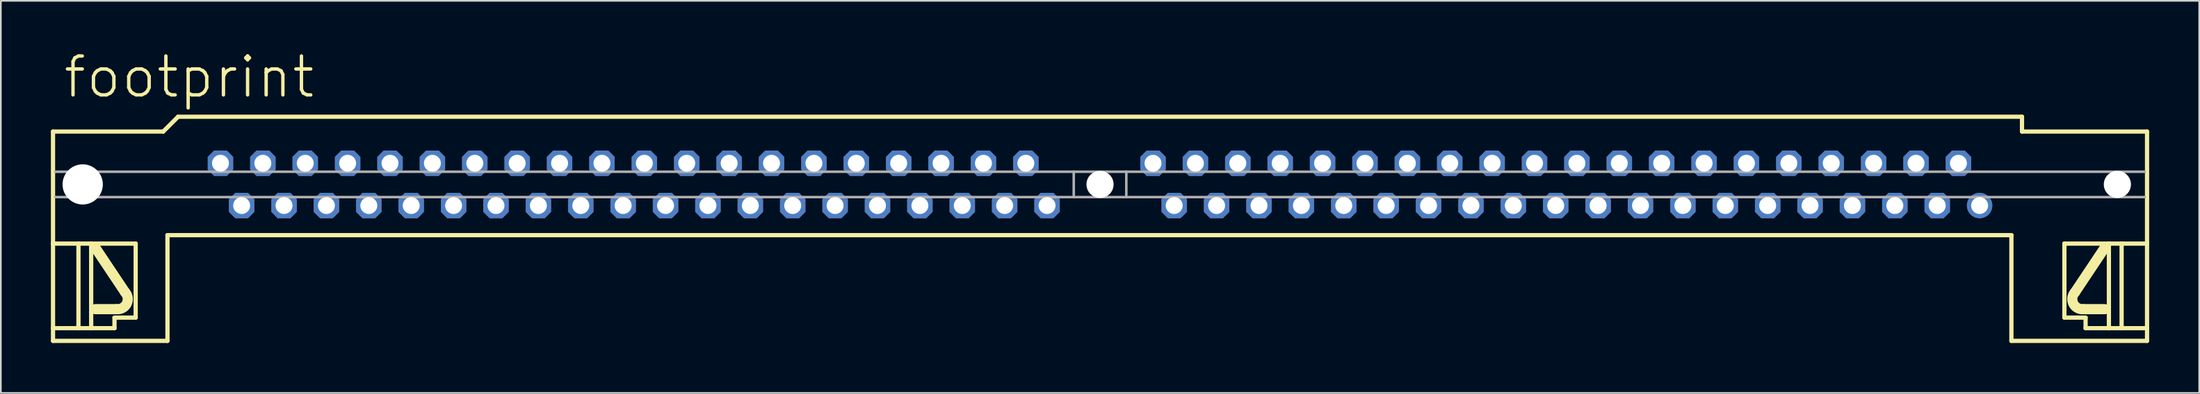
<source format=kicad_pcb>
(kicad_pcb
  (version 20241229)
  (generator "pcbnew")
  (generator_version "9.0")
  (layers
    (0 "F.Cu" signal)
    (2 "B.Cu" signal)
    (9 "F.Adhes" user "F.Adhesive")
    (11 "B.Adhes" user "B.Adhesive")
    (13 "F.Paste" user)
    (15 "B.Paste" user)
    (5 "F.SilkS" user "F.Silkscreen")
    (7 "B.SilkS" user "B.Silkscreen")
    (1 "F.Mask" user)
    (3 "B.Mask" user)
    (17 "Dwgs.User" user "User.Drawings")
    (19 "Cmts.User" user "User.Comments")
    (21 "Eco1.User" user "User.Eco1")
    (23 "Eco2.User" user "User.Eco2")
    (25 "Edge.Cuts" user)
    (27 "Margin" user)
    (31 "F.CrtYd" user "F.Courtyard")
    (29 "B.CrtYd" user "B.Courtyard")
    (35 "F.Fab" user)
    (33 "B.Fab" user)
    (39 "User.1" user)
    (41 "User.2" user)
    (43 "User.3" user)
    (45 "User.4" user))
  (footprint "footprint"
    (layer "F.Cu")
    (at 62.865 8.026)
    (property "Reference" "footprint" (at -62.23 -5.08 0) (layer "F.SilkS") (effects (font (size 2.337 2.337) (thickness 0.203)) (justify left bottom)))
    (fp_line (start -62.738 -3.175) (end -56.134 -3.175) (stroke (width 0.254) (type solid)) (layer "F.SilkS"))
    (fp_line (start -62.738 3.556) (end -62.738 -3.175) (stroke (width 0.254) (type solid)) (layer "F.SilkS"))
    (fp_line (start -62.738 3.556) (end -61.214 3.556) (stroke (width 0.254) (type solid)) (layer "F.SilkS"))
    (fp_line (start -62.738 8.636) (end -62.738 3.556) (stroke (width 0.254) (type solid)) (layer "F.SilkS"))
    (fp_line (start -62.738 8.636) (end -61.214 8.636) (stroke (width 0.254) (type solid)) (layer "F.SilkS"))
    (fp_line (start -62.738 9.398) (end -62.738 8.636) (stroke (width 0.254) (type solid)) (layer "F.SilkS"))
    (fp_line (start -62.738 9.398) (end -55.88 9.398) (stroke (width 0.254) (type solid)) (layer "F.SilkS"))
    (fp_line (start -61.214 3.556) (end -60.452 3.556) (stroke (width 0.254) (type solid)) (layer "F.SilkS"))
    (fp_line (start -61.214 8.636) (end -61.214 3.556) (stroke (width 0.254) (type solid)) (layer "F.SilkS"))
    (fp_line (start -61.214 8.636) (end -60.452 8.636) (stroke (width 0.254) (type solid)) (layer "F.SilkS"))
    (fp_line (start -60.452 3.556) (end -57.785 3.556) (stroke (width 0.254) (type solid)) (layer "F.SilkS"))
    (fp_line (start -60.452 8.636) (end -60.452 3.556) (stroke (width 0.254) (type solid)) (layer "F.SilkS"))
    (fp_line (start -60.452 8.636) (end -59.055 8.636) (stroke (width 0.254) (type solid)) (layer "F.SilkS"))
    (fp_line (start -59.055 8.001) (end -59.055 8.636) (stroke (width 0.254) (type solid)) (layer "F.SilkS"))
    (fp_line (start -58.928 7.493) (end -60.198 7.493) (stroke (width 0.61) (type solid)) (layer "F.SilkS"))
    (fp_line (start -58.42 6.477) (end -60.198 3.81) (stroke (width 0.61) (type solid)) (layer "F.SilkS"))
    (fp_line (start -57.785 3.556) (end -57.785 8.001) (stroke (width 0.254) (type solid)) (layer "F.SilkS"))
    (fp_line (start -57.785 8.001) (end -59.055 8.001) (stroke (width 0.254) (type solid)) (layer "F.SilkS"))
    (fp_line (start -56.134 -3.175) (end -55.245 -4.064) (stroke (width 0.254) (type solid)) (layer "F.SilkS"))
    (fp_line (start -55.88 3.048) (end -55.88 9.398) (stroke (width 0.254) (type solid)) (layer "F.SilkS"))
    (fp_line (start -55.88 3.048) (end 54.61 3.048) (stroke (width 0.254) (type solid)) (layer "F.SilkS"))
    (fp_line (start 54.61 3.048) (end 54.61 9.398) (stroke (width 0.254) (type solid)) (layer "F.SilkS"))
    (fp_line (start 55.245 -4.064) (end -55.245 -4.064) (stroke (width 0.254) (type solid)) (layer "F.SilkS"))
    (fp_line (start 55.245 -3.175) (end 55.245 -4.064) (stroke (width 0.254) (type solid)) (layer "F.SilkS"))
    (fp_line (start 57.785 3.556) (end 57.785 8.001) (stroke (width 0.254) (type solid)) (layer "F.SilkS"))
    (fp_line (start 57.785 8.001) (end 59.055 8.001) (stroke (width 0.254) (type solid)) (layer "F.SilkS"))
    (fp_line (start 58.42 6.477) (end 60.198 3.81) (stroke (width 0.61) (type solid)) (layer "F.SilkS"))
    (fp_line (start 58.928 7.493) (end 60.198 7.493) (stroke (width 0.61) (type solid)) (layer "F.SilkS"))
    (fp_line (start 59.055 8.001) (end 59.055 8.636) (stroke (width 0.254) (type solid)) (layer "F.SilkS"))
    (fp_line (start 60.452 3.556) (end 57.785 3.556) (stroke (width 0.254) (type solid)) (layer "F.SilkS"))
    (fp_line (start 60.452 8.636) (end 59.055 8.636) (stroke (width 0.254) (type solid)) (layer "F.SilkS"))
    (fp_line (start 60.452 8.636) (end 60.452 3.556) (stroke (width 0.254) (type solid)) (layer "F.SilkS"))
    (fp_line (start 61.214 3.556) (end 60.452 3.556) (stroke (width 0.254) (type solid)) (layer "F.SilkS"))
    (fp_line (start 61.214 8.636) (end 60.452 8.636) (stroke (width 0.254) (type solid)) (layer "F.SilkS"))
    (fp_line (start 61.214 8.636) (end 61.214 3.556) (stroke (width 0.254) (type solid)) (layer "F.SilkS"))
    (fp_line (start 62.738 -3.175) (end 55.245 -3.175) (stroke (width 0.254) (type solid)) (layer "F.SilkS"))
    (fp_line (start 62.738 3.556) (end 61.214 3.556) (stroke (width 0.254) (type solid)) (layer "F.SilkS"))
    (fp_line (start 62.738 3.556) (end 62.738 -3.175) (stroke (width 0.254) (type solid)) (layer "F.SilkS"))
    (fp_line (start 62.738 8.636) (end 61.214 8.636) (stroke (width 0.254) (type solid)) (layer "F.SilkS"))
    (fp_line (start 62.738 8.636) (end 62.738 3.556) (stroke (width 0.254) (type solid)) (layer "F.SilkS"))
    (fp_line (start 62.738 9.398) (end 54.61 9.398) (stroke (width 0.254) (type solid)) (layer "F.SilkS"))
    (fp_line (start 62.738 9.398) (end 62.738 8.636) (stroke (width 0.254) (type solid)) (layer "F.SilkS"))
    (fp_arc (start -58.4199 6.476899) (mid -58.321891 7.160996) (end -58.928 7.493) (stroke (width 0.6096) (type solid)) (layer "F.SilkS"))
    (fp_arc (start 58.928 7.492899) (mid 58.322003 7.160965) (end 58.42 6.477) (stroke (width 0.6096) (type solid)) (layer "F.SilkS"))
    (fp_line (start -62.611 -0.762) (end -1.575 -0.762) (stroke (width 0.152) (type solid)) (layer "F.Fab"))
    (fp_line (start -62.611 0.762) (end -1.575 0.762) (stroke (width 0.152) (type solid)) (layer "F.Fab"))
    (fp_line (start -1.575 -0.762) (end 1.575 -0.762) (stroke (width 0.152) (type solid)) (layer "F.Fab"))
    (fp_line (start -1.575 0.762) (end -1.575 -0.762) (stroke (width 0.152) (type solid)) (layer "F.Fab"))
    (fp_line (start -1.575 0.762) (end 1.575 0.762) (stroke (width 0.152) (type solid)) (layer "F.Fab"))
    (fp_line (start 1.575 0.762) (end 1.575 -0.762) (stroke (width 0.152) (type solid)) (layer "F.Fab"))
    (fp_line (start 62.611 -0.762) (end 1.575 -0.762) (stroke (width 0.152) (type solid)) (layer "F.Fab"))
    (fp_line (start 62.611 0.762) (end 1.575 0.762) (stroke (width 0.152) (type solid)) (layer "F.Fab"))
    (pad "" np_thru_hole circle (at -60.96 0) (size 2.413 2.413) (drill 2.413) (layers "*.Cu" "*.Mask"))
    (pad "" np_thru_hole circle (at 0 0) (size 1.626 1.626) (drill 1.626) (layers "*.Cu" "*.Mask"))
    (pad "" np_thru_hole circle (at 60.96 0) (size 1.626 1.626) (drill 1.626) (layers "*.Cu" "*.Mask"))
    (pad "1" thru_hole circle (at 52.705 1.27) (size 1.524 1.524) (drill 1.016) (layers "*.Cu" "*.Mask"))
    (pad "2" thru_hole roundrect (at 51.435 -1.27) (size 1.524 1.524) (drill 1.016) (layers "*.Cu" "*.Mask") (roundrect_rratio 0.25) (chamfer_ratio 0.25) (chamfer top_left top_right bottom_left bottom_right))
    (pad "3" thru_hole roundrect (at 50.165 1.27) (size 1.524 1.524) (drill 1.016) (layers "*.Cu" "*.Mask") (roundrect_rratio 0.25) (chamfer_ratio 0.25) (chamfer top_left top_right bottom_left bottom_right))
    (pad "4" thru_hole roundrect (at 48.895 -1.27) (size 1.524 1.524) (drill 1.016) (layers "*.Cu" "*.Mask") (roundrect_rratio 0.25) (chamfer_ratio 0.25) (chamfer top_left top_right bottom_left bottom_right))
    (pad "5" thru_hole roundrect (at 47.625 1.27) (size 1.524 1.524) (drill 1.016) (layers "*.Cu" "*.Mask") (roundrect_rratio 0.25) (chamfer_ratio 0.25) (chamfer top_left top_right bottom_left bottom_right))
    (pad "6" thru_hole roundrect (at 46.355 -1.27) (size 1.524 1.524) (drill 1.016) (layers "*.Cu" "*.Mask") (roundrect_rratio 0.25) (chamfer_ratio 0.25) (chamfer top_left top_right bottom_left bottom_right))
    (pad "7" thru_hole roundrect (at 45.085 1.27) (size 1.524 1.524) (drill 1.016) (layers "*.Cu" "*.Mask") (roundrect_rratio 0.25) (chamfer_ratio 0.25) (chamfer top_left top_right bottom_left bottom_right))
    (pad "8" thru_hole roundrect (at 43.815 -1.27) (size 1.524 1.524) (drill 1.016) (layers "*.Cu" "*.Mask") (roundrect_rratio 0.25) (chamfer_ratio 0.25) (chamfer top_left top_right bottom_left bottom_right))
    (pad "9" thru_hole roundrect (at 42.545 1.27) (size 1.524 1.524) (drill 1.016) (layers "*.Cu" "*.Mask") (roundrect_rratio 0.25) (chamfer_ratio 0.25) (chamfer top_left top_right bottom_left bottom_right))
    (pad "10" thru_hole roundrect (at 41.275 -1.27) (size 1.524 1.524) (drill 1.016) (layers "*.Cu" "*.Mask") (roundrect_rratio 0.25) (chamfer_ratio 0.25) (chamfer top_left top_right bottom_left bottom_right))
    (pad "11" thru_hole roundrect (at 40.005 1.27) (size 1.524 1.524) (drill 1.016) (layers "*.Cu" "*.Mask") (roundrect_rratio 0.25) (chamfer_ratio 0.25) (chamfer top_left top_right bottom_left bottom_right))
    (pad "12" thru_hole roundrect (at 38.735 -1.27) (size 1.524 1.524) (drill 1.016) (layers "*.Cu" "*.Mask") (roundrect_rratio 0.25) (chamfer_ratio 0.25) (chamfer top_left top_right bottom_left bottom_right))
    (pad "13" thru_hole roundrect (at 37.465 1.27) (size 1.524 1.524) (drill 1.016) (layers "*.Cu" "*.Mask") (roundrect_rratio 0.25) (chamfer_ratio 0.25) (chamfer top_left top_right bottom_left bottom_right))
    (pad "14" thru_hole roundrect (at 36.195 -1.27) (size 1.524 1.524) (drill 1.016) (layers "*.Cu" "*.Mask") (roundrect_rratio 0.25) (chamfer_ratio 0.25) (chamfer top_left top_right bottom_left bottom_right))
    (pad "15" thru_hole roundrect (at 34.925 1.27) (size 1.524 1.524) (drill 1.016) (layers "*.Cu" "*.Mask") (roundrect_rratio 0.25) (chamfer_ratio 0.25) (chamfer top_left top_right bottom_left bottom_right))
    (pad "16" thru_hole roundrect (at 33.655 -1.27) (size 1.524 1.524) (drill 1.016) (layers "*.Cu" "*.Mask") (roundrect_rratio 0.25) (chamfer_ratio 0.25) (chamfer top_left top_right bottom_left bottom_right))
    (pad "17" thru_hole roundrect (at 32.385 1.27) (size 1.524 1.524) (drill 1.016) (layers "*.Cu" "*.Mask") (roundrect_rratio 0.25) (chamfer_ratio 0.25) (chamfer top_left top_right bottom_left bottom_right))
    (pad "18" thru_hole roundrect (at 31.115 -1.27) (size 1.524 1.524) (drill 1.016) (layers "*.Cu" "*.Mask") (roundrect_rratio 0.25) (chamfer_ratio 0.25) (chamfer top_left top_right bottom_left bottom_right))
    (pad "19" thru_hole roundrect (at 29.845 1.27) (size 1.524 1.524) (drill 1.016) (layers "*.Cu" "*.Mask") (roundrect_rratio 0.25) (chamfer_ratio 0.25) (chamfer top_left top_right bottom_left bottom_right))
    (pad "20" thru_hole roundrect (at 28.575 -1.27) (size 1.524 1.524) (drill 1.016) (layers "*.Cu" "*.Mask") (roundrect_rratio 0.25) (chamfer_ratio 0.25) (chamfer top_left top_right bottom_left bottom_right))
    (pad "21" thru_hole roundrect (at 27.305 1.27) (size 1.524 1.524) (drill 1.016) (layers "*.Cu" "*.Mask") (roundrect_rratio 0.25) (chamfer_ratio 0.25) (chamfer top_left top_right bottom_left bottom_right))
    (pad "22" thru_hole roundrect (at 26.035 -1.27) (size 1.524 1.524) (drill 1.016) (layers "*.Cu" "*.Mask") (roundrect_rratio 0.25) (chamfer_ratio 0.25) (chamfer top_left top_right bottom_left bottom_right))
    (pad "23" thru_hole roundrect (at 24.765 1.27) (size 1.524 1.524) (drill 1.016) (layers "*.Cu" "*.Mask") (roundrect_rratio 0.25) (chamfer_ratio 0.25) (chamfer top_left top_right bottom_left bottom_right))
    (pad "24" thru_hole roundrect (at 23.495 -1.27) (size 1.524 1.524) (drill 1.016) (layers "*.Cu" "*.Mask") (roundrect_rratio 0.25) (chamfer_ratio 0.25) (chamfer top_left top_right bottom_left bottom_right))
    (pad "25" thru_hole roundrect (at 22.225 1.27) (size 1.524 1.524) (drill 1.016) (layers "*.Cu" "*.Mask") (roundrect_rratio 0.25) (chamfer_ratio 0.25) (chamfer top_left top_right bottom_left bottom_right))
    (pad "26" thru_hole roundrect (at 20.955 -1.27) (size 1.524 1.524) (drill 1.016) (layers "*.Cu" "*.Mask") (roundrect_rratio 0.25) (chamfer_ratio 0.25) (chamfer top_left top_right bottom_left bottom_right))
    (pad "27" thru_hole roundrect (at 19.685 1.27) (size 1.524 1.524) (drill 1.016) (layers "*.Cu" "*.Mask") (roundrect_rratio 0.25) (chamfer_ratio 0.25) (chamfer top_left top_right bottom_left bottom_right))
    (pad "28" thru_hole roundrect (at 18.415 -1.27) (size 1.524 1.524) (drill 1.016) (layers "*.Cu" "*.Mask") (roundrect_rratio 0.25) (chamfer_ratio 0.25) (chamfer top_left top_right bottom_left bottom_right))
    (pad "29" thru_hole roundrect (at 17.145 1.27) (size 1.524 1.524) (drill 1.016) (layers "*.Cu" "*.Mask") (roundrect_rratio 0.25) (chamfer_ratio 0.25) (chamfer top_left top_right bottom_left bottom_right))
    (pad "30" thru_hole roundrect (at 15.875 -1.27) (size 1.524 1.524) (drill 1.016) (layers "*.Cu" "*.Mask") (roundrect_rratio 0.25) (chamfer_ratio 0.25) (chamfer top_left top_right bottom_left bottom_right))
    (pad "31" thru_hole roundrect (at 14.605 1.27) (size 1.524 1.524) (drill 1.016) (layers "*.Cu" "*.Mask") (roundrect_rratio 0.25) (chamfer_ratio 0.25) (chamfer top_left top_right bottom_left bottom_right))
    (pad "32" thru_hole roundrect (at 13.335 -1.27) (size 1.524 1.524) (drill 1.016) (layers "*.Cu" "*.Mask") (roundrect_rratio 0.25) (chamfer_ratio 0.25) (chamfer top_left top_right bottom_left bottom_right))
    (pad "33" thru_hole roundrect (at 12.065 1.27) (size 1.524 1.524) (drill 1.016) (layers "*.Cu" "*.Mask") (roundrect_rratio 0.25) (chamfer_ratio 0.25) (chamfer top_left top_right bottom_left bottom_right))
    (pad "34" thru_hole roundrect (at 10.795 -1.27) (size 1.524 1.524) (drill 1.016) (layers "*.Cu" "*.Mask") (roundrect_rratio 0.25) (chamfer_ratio 0.25) (chamfer top_left top_right bottom_left bottom_right))
    (pad "35" thru_hole roundrect (at 9.525 1.27) (size 1.524 1.524) (drill 1.016) (layers "*.Cu" "*.Mask") (roundrect_rratio 0.25) (chamfer_ratio 0.25) (chamfer top_left top_right bottom_left bottom_right))
    (pad "36" thru_hole roundrect (at 8.255 -1.27) (size 1.524 1.524) (drill 1.016) (layers "*.Cu" "*.Mask") (roundrect_rratio 0.25) (chamfer_ratio 0.25) (chamfer top_left top_right bottom_left bottom_right))
    (pad "37" thru_hole roundrect (at 6.985 1.27) (size 1.524 1.524) (drill 1.016) (layers "*.Cu" "*.Mask") (roundrect_rratio 0.25) (chamfer_ratio 0.25) (chamfer top_left top_right bottom_left bottom_right))
    (pad "38" thru_hole roundrect (at 5.715 -1.27) (size 1.524 1.524) (drill 1.016) (layers "*.Cu" "*.Mask") (roundrect_rratio 0.25) (chamfer_ratio 0.25) (chamfer top_left top_right bottom_left bottom_right))
    (pad "39" thru_hole roundrect (at 4.445 1.27) (size 1.524 1.524) (drill 1.016) (layers "*.Cu" "*.Mask") (roundrect_rratio 0.25) (chamfer_ratio 0.25) (chamfer top_left top_right bottom_left bottom_right))
    (pad "40" thru_hole roundrect (at 3.175 -1.27) (size 1.524 1.524) (drill 1.016) (layers "*.Cu" "*.Mask") (roundrect_rratio 0.25) (chamfer_ratio 0.25) (chamfer top_left top_right bottom_left bottom_right))
    (pad "41" thru_hole roundrect (at -3.175 1.27) (size 1.524 1.524) (drill 1.016) (layers "*.Cu" "*.Mask") (roundrect_rratio 0.25) (chamfer_ratio 0.25) (chamfer top_left top_right bottom_left bottom_right))
    (pad "42" thru_hole roundrect (at -4.445 -1.27) (size 1.524 1.524) (drill 1.016) (layers "*.Cu" "*.Mask") (roundrect_rratio 0.25) (chamfer_ratio 0.25) (chamfer top_left top_right bottom_left bottom_right))
    (pad "43" thru_hole roundrect (at -5.715 1.27) (size 1.524 1.524) (drill 1.016) (layers "*.Cu" "*.Mask") (roundrect_rratio 0.25) (chamfer_ratio 0.25) (chamfer top_left top_right bottom_left bottom_right))
    (pad "44" thru_hole roundrect (at -6.985 -1.27) (size 1.524 1.524) (drill 1.016) (layers "*.Cu" "*.Mask") (roundrect_rratio 0.25) (chamfer_ratio 0.25) (chamfer top_left top_right bottom_left bottom_right))
    (pad "45" thru_hole roundrect (at -8.255 1.27) (size 1.524 1.524) (drill 1.016) (layers "*.Cu" "*.Mask") (roundrect_rratio 0.25) (chamfer_ratio 0.25) (chamfer top_left top_right bottom_left bottom_right))
    (pad "46" thru_hole roundrect (at -9.525 -1.27) (size 1.524 1.524) (drill 1.016) (layers "*.Cu" "*.Mask") (roundrect_rratio 0.25) (chamfer_ratio 0.25) (chamfer top_left top_right bottom_left bottom_right))
    (pad "47" thru_hole roundrect (at -10.795 1.27) (size 1.524 1.524) (drill 1.016) (layers "*.Cu" "*.Mask") (roundrect_rratio 0.25) (chamfer_ratio 0.25) (chamfer top_left top_right bottom_left bottom_right))
    (pad "48" thru_hole roundrect (at -12.065 -1.27) (size 1.524 1.524) (drill 1.016) (layers "*.Cu" "*.Mask") (roundrect_rratio 0.25) (chamfer_ratio 0.25) (chamfer top_left top_right bottom_left bottom_right))
    (pad "49" thru_hole roundrect (at -13.335 1.27) (size 1.524 1.524) (drill 1.016) (layers "*.Cu" "*.Mask") (roundrect_rratio 0.25) (chamfer_ratio 0.25) (chamfer top_left top_right bottom_left bottom_right))
    (pad "50" thru_hole roundrect (at -14.605 -1.27) (size 1.524 1.524) (drill 1.016) (layers "*.Cu" "*.Mask") (roundrect_rratio 0.25) (chamfer_ratio 0.25) (chamfer top_left top_right bottom_left bottom_right))
    (pad "51" thru_hole roundrect (at -15.875 1.27) (size 1.524 1.524) (drill 1.016) (layers "*.Cu" "*.Mask") (roundrect_rratio 0.25) (chamfer_ratio 0.25) (chamfer top_left top_right bottom_left bottom_right))
    (pad "52" thru_hole roundrect (at -17.145 -1.27) (size 1.524 1.524) (drill 1.016) (layers "*.Cu" "*.Mask") (roundrect_rratio 0.25) (chamfer_ratio 0.25) (chamfer top_left top_right bottom_left bottom_right))
    (pad "53" thru_hole roundrect (at -18.415 1.27) (size 1.524 1.524) (drill 1.016) (layers "*.Cu" "*.Mask") (roundrect_rratio 0.25) (chamfer_ratio 0.25) (chamfer top_left top_right bottom_left bottom_right))
    (pad "54" thru_hole roundrect (at -19.685 -1.27) (size 1.524 1.524) (drill 1.016) (layers "*.Cu" "*.Mask") (roundrect_rratio 0.25) (chamfer_ratio 0.25) (chamfer top_left top_right bottom_left bottom_right))
    (pad "55" thru_hole roundrect (at -20.955 1.27) (size 1.524 1.524) (drill 1.016) (layers "*.Cu" "*.Mask") (roundrect_rratio 0.25) (chamfer_ratio 0.25) (chamfer top_left top_right bottom_left bottom_right))
    (pad "56" thru_hole roundrect (at -22.225 -1.27) (size 1.524 1.524) (drill 1.016) (layers "*.Cu" "*.Mask") (roundrect_rratio 0.25) (chamfer_ratio 0.25) (chamfer top_left top_right bottom_left bottom_right))
    (pad "57" thru_hole roundrect (at -23.495 1.27) (size 1.524 1.524) (drill 1.016) (layers "*.Cu" "*.Mask") (roundrect_rratio 0.25) (chamfer_ratio 0.25) (chamfer top_left top_right bottom_left bottom_right))
    (pad "58" thru_hole roundrect (at -24.765 -1.27) (size 1.524 1.524) (drill 1.016) (layers "*.Cu" "*.Mask") (roundrect_rratio 0.25) (chamfer_ratio 0.25) (chamfer top_left top_right bottom_left bottom_right))
    (pad "59" thru_hole roundrect (at -26.035 1.27) (size 1.524 1.524) (drill 1.016) (layers "*.Cu" "*.Mask") (roundrect_rratio 0.25) (chamfer_ratio 0.25) (chamfer top_left top_right bottom_left bottom_right))
    (pad "60" thru_hole roundrect (at -27.305 -1.27) (size 1.524 1.524) (drill 1.016) (layers "*.Cu" "*.Mask") (roundrect_rratio 0.25) (chamfer_ratio 0.25) (chamfer top_left top_right bottom_left bottom_right))
    (pad "61" thru_hole roundrect (at -28.575 1.27) (size 1.524 1.524) (drill 1.016) (layers "*.Cu" "*.Mask") (roundrect_rratio 0.25) (chamfer_ratio 0.25) (chamfer top_left top_right bottom_left bottom_right))
    (pad "62" thru_hole roundrect (at -29.845 -1.27) (size 1.524 1.524) (drill 1.016) (layers "*.Cu" "*.Mask") (roundrect_rratio 0.25) (chamfer_ratio 0.25) (chamfer top_left top_right bottom_left bottom_right))
    (pad "63" thru_hole roundrect (at -31.115 1.27) (size 1.524 1.524) (drill 1.016) (layers "*.Cu" "*.Mask") (roundrect_rratio 0.25) (chamfer_ratio 0.25) (chamfer top_left top_right bottom_left bottom_right))
    (pad "64" thru_hole roundrect (at -32.385 -1.27) (size 1.524 1.524) (drill 1.016) (layers "*.Cu" "*.Mask") (roundrect_rratio 0.25) (chamfer_ratio 0.25) (chamfer top_left top_right bottom_left bottom_right))
    (pad "65" thru_hole roundrect (at -33.655 1.27) (size 1.524 1.524) (drill 1.016) (layers "*.Cu" "*.Mask") (roundrect_rratio 0.25) (chamfer_ratio 0.25) (chamfer top_left top_right bottom_left bottom_right))
    (pad "66" thru_hole roundrect (at -34.925 -1.27) (size 1.524 1.524) (drill 1.016) (layers "*.Cu" "*.Mask") (roundrect_rratio 0.25) (chamfer_ratio 0.25) (chamfer top_left top_right bottom_left bottom_right))
    (pad "67" thru_hole roundrect (at -36.195 1.27) (size 1.524 1.524) (drill 1.016) (layers "*.Cu" "*.Mask") (roundrect_rratio 0.25) (chamfer_ratio 0.25) (chamfer top_left top_right bottom_left bottom_right))
    (pad "68" thru_hole roundrect (at -37.465 -1.27) (size 1.524 1.524) (drill 1.016) (layers "*.Cu" "*.Mask") (roundrect_rratio 0.25) (chamfer_ratio 0.25) (chamfer top_left top_right bottom_left bottom_right))
    (pad "69" thru_hole roundrect (at -38.735 1.27) (size 1.524 1.524) (drill 1.016) (layers "*.Cu" "*.Mask") (roundrect_rratio 0.25) (chamfer_ratio 0.25) (chamfer top_left top_right bottom_left bottom_right))
    (pad "70" thru_hole roundrect (at -40.005 -1.27) (size 1.524 1.524) (drill 1.016) (layers "*.Cu" "*.Mask") (roundrect_rratio 0.25) (chamfer_ratio 0.25) (chamfer top_left top_right bottom_left bottom_right))
    (pad "71" thru_hole roundrect (at -41.275 1.27) (size 1.524 1.524) (drill 1.016) (layers "*.Cu" "*.Mask") (roundrect_rratio 0.25) (chamfer_ratio 0.25) (chamfer top_left top_right bottom_left bottom_right))
    (pad "72" thru_hole roundrect (at -42.545 -1.27) (size 1.524 1.524) (drill 1.016) (layers "*.Cu" "*.Mask") (roundrect_rratio 0.25) (chamfer_ratio 0.25) (chamfer top_left top_right bottom_left bottom_right))
    (pad "73" thru_hole roundrect (at -43.815 1.27) (size 1.524 1.524) (drill 1.016) (layers "*.Cu" "*.Mask") (roundrect_rratio 0.25) (chamfer_ratio 0.25) (chamfer top_left top_right bottom_left bottom_right))
    (pad "74" thru_hole roundrect (at -45.085 -1.27) (size 1.524 1.524) (drill 1.016) (layers "*.Cu" "*.Mask") (roundrect_rratio 0.25) (chamfer_ratio 0.25) (chamfer top_left top_right bottom_left bottom_right))
    (pad "75" thru_hole roundrect (at -46.355 1.27) (size 1.524 1.524) (drill 1.016) (layers "*.Cu" "*.Mask") (roundrect_rratio 0.25) (chamfer_ratio 0.25) (chamfer top_left top_right bottom_left bottom_right))
    (pad "76" thru_hole roundrect (at -47.625 -1.27) (size 1.524 1.524) (drill 1.016) (layers "*.Cu" "*.Mask") (roundrect_rratio 0.25) (chamfer_ratio 0.25) (chamfer top_left top_right bottom_left bottom_right))
    (pad "77" thru_hole roundrect (at -48.895 1.27) (size 1.524 1.524) (drill 1.016) (layers "*.Cu" "*.Mask") (roundrect_rratio 0.25) (chamfer_ratio 0.25) (chamfer top_left top_right bottom_left bottom_right))
    (pad "78" thru_hole roundrect (at -50.165 -1.27) (size 1.524 1.524) (drill 1.016) (layers "*.Cu" "*.Mask") (roundrect_rratio 0.25) (chamfer_ratio 0.25) (chamfer top_left top_right bottom_left bottom_right))
    (pad "79" thru_hole roundrect (at -51.435 1.27) (size 1.524 1.524) (drill 1.016) (layers "*.Cu" "*.Mask") (roundrect_rratio 0.25) (chamfer_ratio 0.25) (chamfer top_left top_right bottom_left bottom_right))
    (pad "80" thru_hole roundrect (at -52.705 -1.27) (size 1.524 1.524) (drill 1.016) (layers "*.Cu" "*.Mask") (roundrect_rratio 0.25) (chamfer_ratio 0.25) (chamfer top_left top_right bottom_left bottom_right)))
  (gr_rect
    (start -3 -3)
    (end 128.73 20.551)
    (stroke (width 0.1) (type default))
    (fill no)
    (layer "Edge.Cuts")))
</source>
